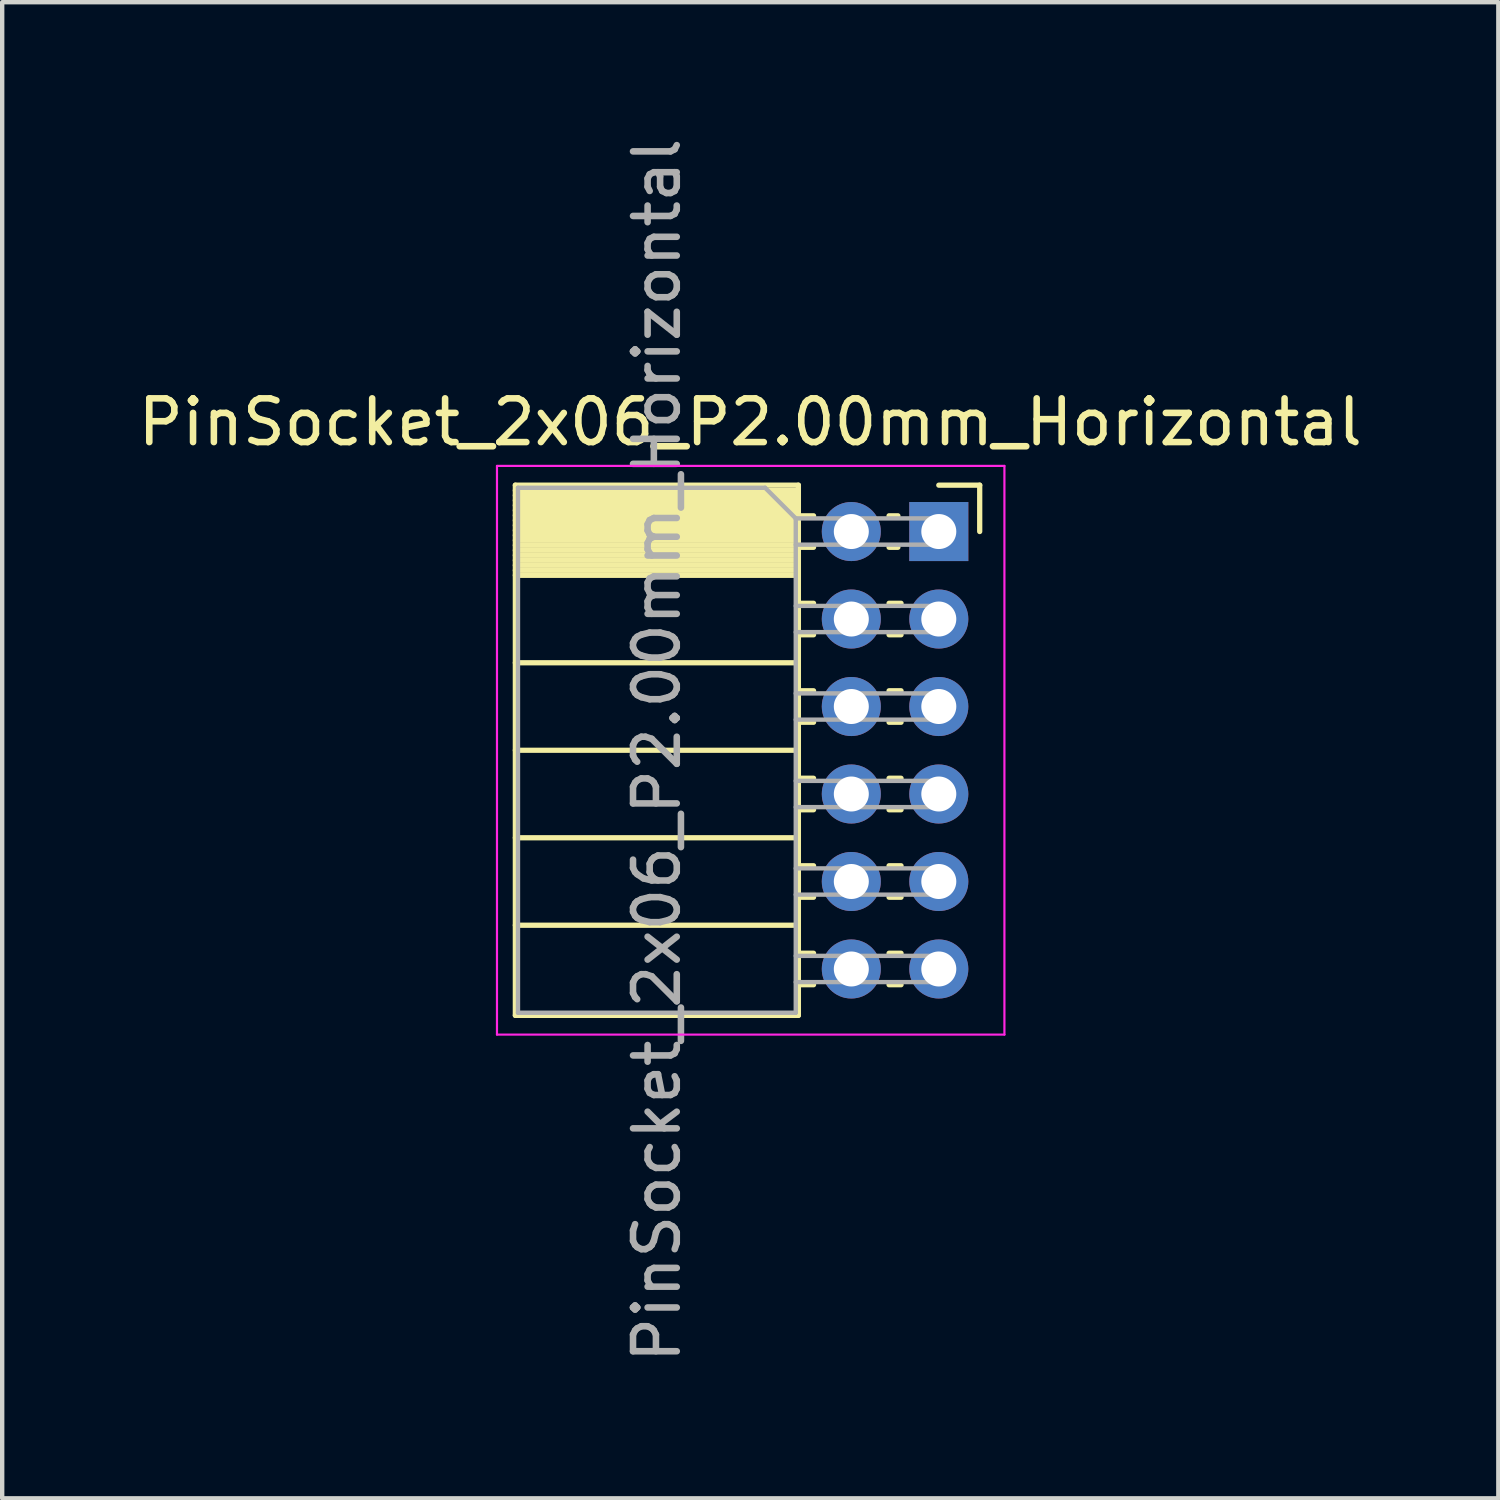
<source format=kicad_pcb>
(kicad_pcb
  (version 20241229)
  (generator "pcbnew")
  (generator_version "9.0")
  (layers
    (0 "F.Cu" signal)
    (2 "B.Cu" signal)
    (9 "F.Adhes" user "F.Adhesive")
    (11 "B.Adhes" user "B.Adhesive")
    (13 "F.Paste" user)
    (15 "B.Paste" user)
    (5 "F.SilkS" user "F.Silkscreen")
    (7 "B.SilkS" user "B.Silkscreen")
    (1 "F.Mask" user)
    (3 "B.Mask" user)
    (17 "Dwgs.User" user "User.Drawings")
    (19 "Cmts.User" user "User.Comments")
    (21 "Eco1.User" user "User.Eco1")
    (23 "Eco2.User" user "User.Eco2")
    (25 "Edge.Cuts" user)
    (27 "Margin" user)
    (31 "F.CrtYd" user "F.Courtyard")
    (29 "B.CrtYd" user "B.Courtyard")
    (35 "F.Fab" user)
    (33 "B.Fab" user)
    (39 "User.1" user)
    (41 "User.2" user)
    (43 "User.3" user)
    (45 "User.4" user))
  (footprint "PinSocket_2x06_P2.00mm_Horizontal"
    (layer "F.Cu")
    (at 18.411 9.101)
    (property "Reference" "PinSocket_2x06_P2.00mm_Horizontal" (at -4.31 -2.5 0) (layer "F.SilkS") (effects (font (size 1 1) (thickness 0.15))))
    (attr through_hole)
    (fp_line (start -9.68 -1.06) (end -9.68 11.06) (stroke (width 0.12) (type solid)) (layer "F.SilkS"))
    (fp_line (start -9.68 -1.06) (end -3.21 -1.06) (stroke (width 0.12) (type solid)) (layer "F.SilkS"))
    (fp_line (start -9.68 -0.94) (end -3.21 -0.94) (stroke (width 0.12) (type solid)) (layer "F.SilkS"))
    (fp_line (start -9.68 -0.826) (end -3.21 -0.826) (stroke (width 0.12) (type solid)) (layer "F.SilkS"))
    (fp_line (start -9.68 -0.712) (end -3.21 -0.712) (stroke (width 0.12) (type solid)) (layer "F.SilkS"))
    (fp_line (start -9.68 -0.598) (end -3.21 -0.598) (stroke (width 0.12) (type solid)) (layer "F.SilkS"))
    (fp_line (start -9.68 -0.484) (end -3.21 -0.484) (stroke (width 0.12) (type solid)) (layer "F.SilkS"))
    (fp_line (start -9.68 -0.369) (end -3.21 -0.369) (stroke (width 0.12) (type solid)) (layer "F.SilkS"))
    (fp_line (start -9.68 -0.255) (end -3.21 -0.255) (stroke (width 0.12) (type solid)) (layer "F.SilkS"))
    (fp_line (start -9.68 -0.141) (end -3.21 -0.141) (stroke (width 0.12) (type solid)) (layer "F.SilkS"))
    (fp_line (start -9.68 -0.027) (end -3.21 -0.027) (stroke (width 0.12) (type solid)) (layer "F.SilkS"))
    (fp_line (start -9.68 0.087) (end -3.21 0.087) (stroke (width 0.12) (type solid)) (layer "F.SilkS"))
    (fp_line (start -9.68 0.201) (end -3.21 0.201) (stroke (width 0.12) (type solid)) (layer "F.SilkS"))
    (fp_line (start -9.68 0.315) (end -3.21 0.315) (stroke (width 0.12) (type solid)) (layer "F.SilkS"))
    (fp_line (start -9.68 0.429) (end -3.21 0.429) (stroke (width 0.12) (type solid)) (layer "F.SilkS"))
    (fp_line (start -9.68 0.544) (end -3.21 0.544) (stroke (width 0.12) (type solid)) (layer "F.SilkS"))
    (fp_line (start -9.68 0.658) (end -3.21 0.658) (stroke (width 0.12) (type solid)) (layer "F.SilkS"))
    (fp_line (start -9.68 0.772) (end -3.21 0.772) (stroke (width 0.12) (type solid)) (layer "F.SilkS"))
    (fp_line (start -9.68 0.886) (end -3.21 0.886) (stroke (width 0.12) (type solid)) (layer "F.SilkS"))
    (fp_line (start -9.68 1) (end -3.21 1) (stroke (width 0.12) (type solid)) (layer "F.SilkS"))
    (fp_line (start -9.68 3) (end -3.21 3) (stroke (width 0.12) (type solid)) (layer "F.SilkS"))
    (fp_line (start -9.68 5) (end -3.21 5) (stroke (width 0.12) (type solid)) (layer "F.SilkS"))
    (fp_line (start -9.68 7) (end -3.21 7) (stroke (width 0.12) (type solid)) (layer "F.SilkS"))
    (fp_line (start -9.68 9) (end -3.21 9) (stroke (width 0.12) (type solid)) (layer "F.SilkS"))
    (fp_line (start -9.68 11.06) (end -3.21 11.06) (stroke (width 0.12) (type solid)) (layer "F.SilkS"))
    (fp_line (start -3.21 -1.06) (end -3.21 11.06) (stroke (width 0.12) (type solid)) (layer "F.SilkS"))
    (fp_line (start -3.21 -0.36) (end -2.863 -0.36) (stroke (width 0.12) (type solid)) (layer "F.SilkS"))
    (fp_line (start -3.21 0.36) (end -2.863 0.36) (stroke (width 0.12) (type solid)) (layer "F.SilkS"))
    (fp_line (start -3.21 1.64) (end -2.863 1.64) (stroke (width 0.12) (type solid)) (layer "F.SilkS"))
    (fp_line (start -3.21 2.36) (end -2.863 2.36) (stroke (width 0.12) (type solid)) (layer "F.SilkS"))
    (fp_line (start -3.21 3.64) (end -2.863 3.64) (stroke (width 0.12) (type solid)) (layer "F.SilkS"))
    (fp_line (start -3.21 4.36) (end -2.863 4.36) (stroke (width 0.12) (type solid)) (layer "F.SilkS"))
    (fp_line (start -3.21 5.64) (end -2.863 5.64) (stroke (width 0.12) (type solid)) (layer "F.SilkS"))
    (fp_line (start -3.21 6.36) (end -2.863 6.36) (stroke (width 0.12) (type solid)) (layer "F.SilkS"))
    (fp_line (start -3.21 7.64) (end -2.863 7.64) (stroke (width 0.12) (type solid)) (layer "F.SilkS"))
    (fp_line (start -3.21 8.36) (end -2.863 8.36) (stroke (width 0.12) (type solid)) (layer "F.SilkS"))
    (fp_line (start -3.21 9.64) (end -2.863 9.64) (stroke (width 0.12) (type solid)) (layer "F.SilkS"))
    (fp_line (start -3.21 10.36) (end -2.863 10.36) (stroke (width 0.12) (type solid)) (layer "F.SilkS"))
    (fp_line (start -1.137 -0.36) (end -0.935 -0.36) (stroke (width 0.12) (type solid)) (layer "F.SilkS"))
    (fp_line (start -1.137 0.36) (end -0.935 0.36) (stroke (width 0.12) (type solid)) (layer "F.SilkS"))
    (fp_line (start -1.137 1.64) (end -0.863 1.64) (stroke (width 0.12) (type solid)) (layer "F.SilkS"))
    (fp_line (start -1.137 2.36) (end -0.863 2.36) (stroke (width 0.12) (type solid)) (layer "F.SilkS"))
    (fp_line (start -1.137 3.64) (end -0.863 3.64) (stroke (width 0.12) (type solid)) (layer "F.SilkS"))
    (fp_line (start -1.137 4.36) (end -0.863 4.36) (stroke (width 0.12) (type solid)) (layer "F.SilkS"))
    (fp_line (start -1.137 5.64) (end -0.863 5.64) (stroke (width 0.12) (type solid)) (layer "F.SilkS"))
    (fp_line (start -1.137 6.36) (end -0.863 6.36) (stroke (width 0.12) (type solid)) (layer "F.SilkS"))
    (fp_line (start -1.137 7.64) (end -0.863 7.64) (stroke (width 0.12) (type solid)) (layer "F.SilkS"))
    (fp_line (start -1.137 8.36) (end -0.863 8.36) (stroke (width 0.12) (type solid)) (layer "F.SilkS"))
    (fp_line (start -1.137 9.64) (end -0.863 9.64) (stroke (width 0.12) (type solid)) (layer "F.SilkS"))
    (fp_line (start -1.137 10.36) (end -0.863 10.36) (stroke (width 0.12) (type solid)) (layer "F.SilkS"))
    (fp_line (start 0 -1.06) (end 0.935 -1.06) (stroke (width 0.12) (type solid)) (layer "F.SilkS"))
    (fp_line (start 0.935 -1.06) (end 0.935 0) (stroke (width 0.12) (type solid)) (layer "F.SilkS"))
    (fp_line (start -10.1 -1.5) (end -10.1 11.5) (stroke (width 0.05) (type solid)) (layer "F.CrtYd"))
    (fp_line (start -10.1 11.5) (end 1.5 11.5) (stroke (width 0.05) (type solid)) (layer "F.CrtYd"))
    (fp_line (start 1.5 -1.5) (end -10.1 -1.5) (stroke (width 0.05) (type solid)) (layer "F.CrtYd"))
    (fp_line (start 1.5 11.5) (end 1.5 -1.5) (stroke (width 0.05) (type solid)) (layer "F.CrtYd"))
    (fp_line (start -9.62 -1) (end -3.97 -1) (stroke (width 0.1) (type solid)) (layer "F.Fab"))
    (fp_line (start -9.62 11) (end -9.62 -1) (stroke (width 0.1) (type solid)) (layer "F.Fab"))
    (fp_line (start -3.97 -1) (end -3.27 -0.3) (stroke (width 0.1) (type solid)) (layer "F.Fab"))
    (fp_line (start -3.27 -0.3) (end -3.27 11) (stroke (width 0.1) (type solid)) (layer "F.Fab"))
    (fp_line (start -3.27 0.3) (end 0 0.3) (stroke (width 0.1) (type solid)) (layer "F.Fab"))
    (fp_line (start -3.27 2.3) (end 0 2.3) (stroke (width 0.1) (type solid)) (layer "F.Fab"))
    (fp_line (start -3.27 4.3) (end 0 4.3) (stroke (width 0.1) (type solid)) (layer "F.Fab"))
    (fp_line (start -3.27 6.3) (end 0 6.3) (stroke (width 0.1) (type solid)) (layer "F.Fab"))
    (fp_line (start -3.27 8.3) (end 0 8.3) (stroke (width 0.1) (type solid)) (layer "F.Fab"))
    (fp_line (start -3.27 10.3) (end 0 10.3) (stroke (width 0.1) (type solid)) (layer "F.Fab"))
    (fp_line (start -3.27 11) (end -9.62 11) (stroke (width 0.1) (type solid)) (layer "F.Fab"))
    (fp_line (start 0 -0.3) (end -3.27 -0.3) (stroke (width 0.1) (type solid)) (layer "F.Fab"))
    (fp_line (start 0 0.3) (end 0 -0.3) (stroke (width 0.1) (type solid)) (layer "F.Fab"))
    (fp_line (start 0 1.7) (end -3.27 1.7) (stroke (width 0.1) (type solid)) (layer "F.Fab"))
    (fp_line (start 0 2.3) (end 0 1.7) (stroke (width 0.1) (type solid)) (layer "F.Fab"))
    (fp_line (start 0 3.7) (end -3.27 3.7) (stroke (width 0.1) (type solid)) (layer "F.Fab"))
    (fp_line (start 0 4.3) (end 0 3.7) (stroke (width 0.1) (type solid)) (layer "F.Fab"))
    (fp_line (start 0 5.7) (end -3.27 5.7) (stroke (width 0.1) (type solid)) (layer "F.Fab"))
    (fp_line (start 0 6.3) (end 0 5.7) (stroke (width 0.1) (type solid)) (layer "F.Fab"))
    (fp_line (start 0 7.7) (end -3.27 7.7) (stroke (width 0.1) (type solid)) (layer "F.Fab"))
    (fp_line (start 0 8.3) (end 0 7.7) (stroke (width 0.1) (type solid)) (layer "F.Fab"))
    (fp_line (start 0 9.7) (end -3.27 9.7) (stroke (width 0.1) (type solid)) (layer "F.Fab"))
    (fp_line (start 0 10.3) (end 0 9.7) (stroke (width 0.1) (type solid)) (layer "F.Fab"))
    (fp_text user "${REFERENCE}" (at -6.445 5 90) (layer "F.Fab") (effects (font (size 1 1) (thickness 0.15))))
    (pad "1" thru_hole rect (at 0 0) (size 1.35 1.35) (drill 0.8) (layers "*.Cu" "*.Mask"))
    (pad "2" thru_hole circle (at -2 0) (size 1.35 1.35) (drill 0.8) (layers "*.Cu" "*.Mask"))
    (pad "3" thru_hole circle (at 0 2) (size 1.35 1.35) (drill 0.8) (layers "*.Cu" "*.Mask"))
    (pad "4" thru_hole circle (at -2 2) (size 1.35 1.35) (drill 0.8) (layers "*.Cu" "*.Mask"))
    (pad "5" thru_hole circle (at 0 4) (size 1.35 1.35) (drill 0.8) (layers "*.Cu" "*.Mask"))
    (pad "6" thru_hole circle (at -2 4) (size 1.35 1.35) (drill 0.8) (layers "*.Cu" "*.Mask"))
    (pad "7" thru_hole circle (at 0 6) (size 1.35 1.35) (drill 0.8) (layers "*.Cu" "*.Mask"))
    (pad "8" thru_hole circle (at -2 6) (size 1.35 1.35) (drill 0.8) (layers "*.Cu" "*.Mask"))
    (pad "9" thru_hole circle (at 0 8) (size 1.35 1.35) (drill 0.8) (layers "*.Cu" "*.Mask"))
    (pad "10" thru_hole circle (at -2 8) (size 1.35 1.35) (drill 0.8) (layers "*.Cu" "*.Mask"))
    (pad "11" thru_hole circle (at 0 10) (size 1.35 1.35) (drill 0.8) (layers "*.Cu" "*.Mask"))
    (pad "12" thru_hole circle (at -2 10) (size 1.35 1.35) (drill 0.8) (layers "*.Cu" "*.Mask")))
  (gr_rect
    (start -3 -3)
    (end 31.202 31.202)
    (stroke (width 0.1) (type default))
    (fill no)
    (layer "Edge.Cuts")))
</source>
